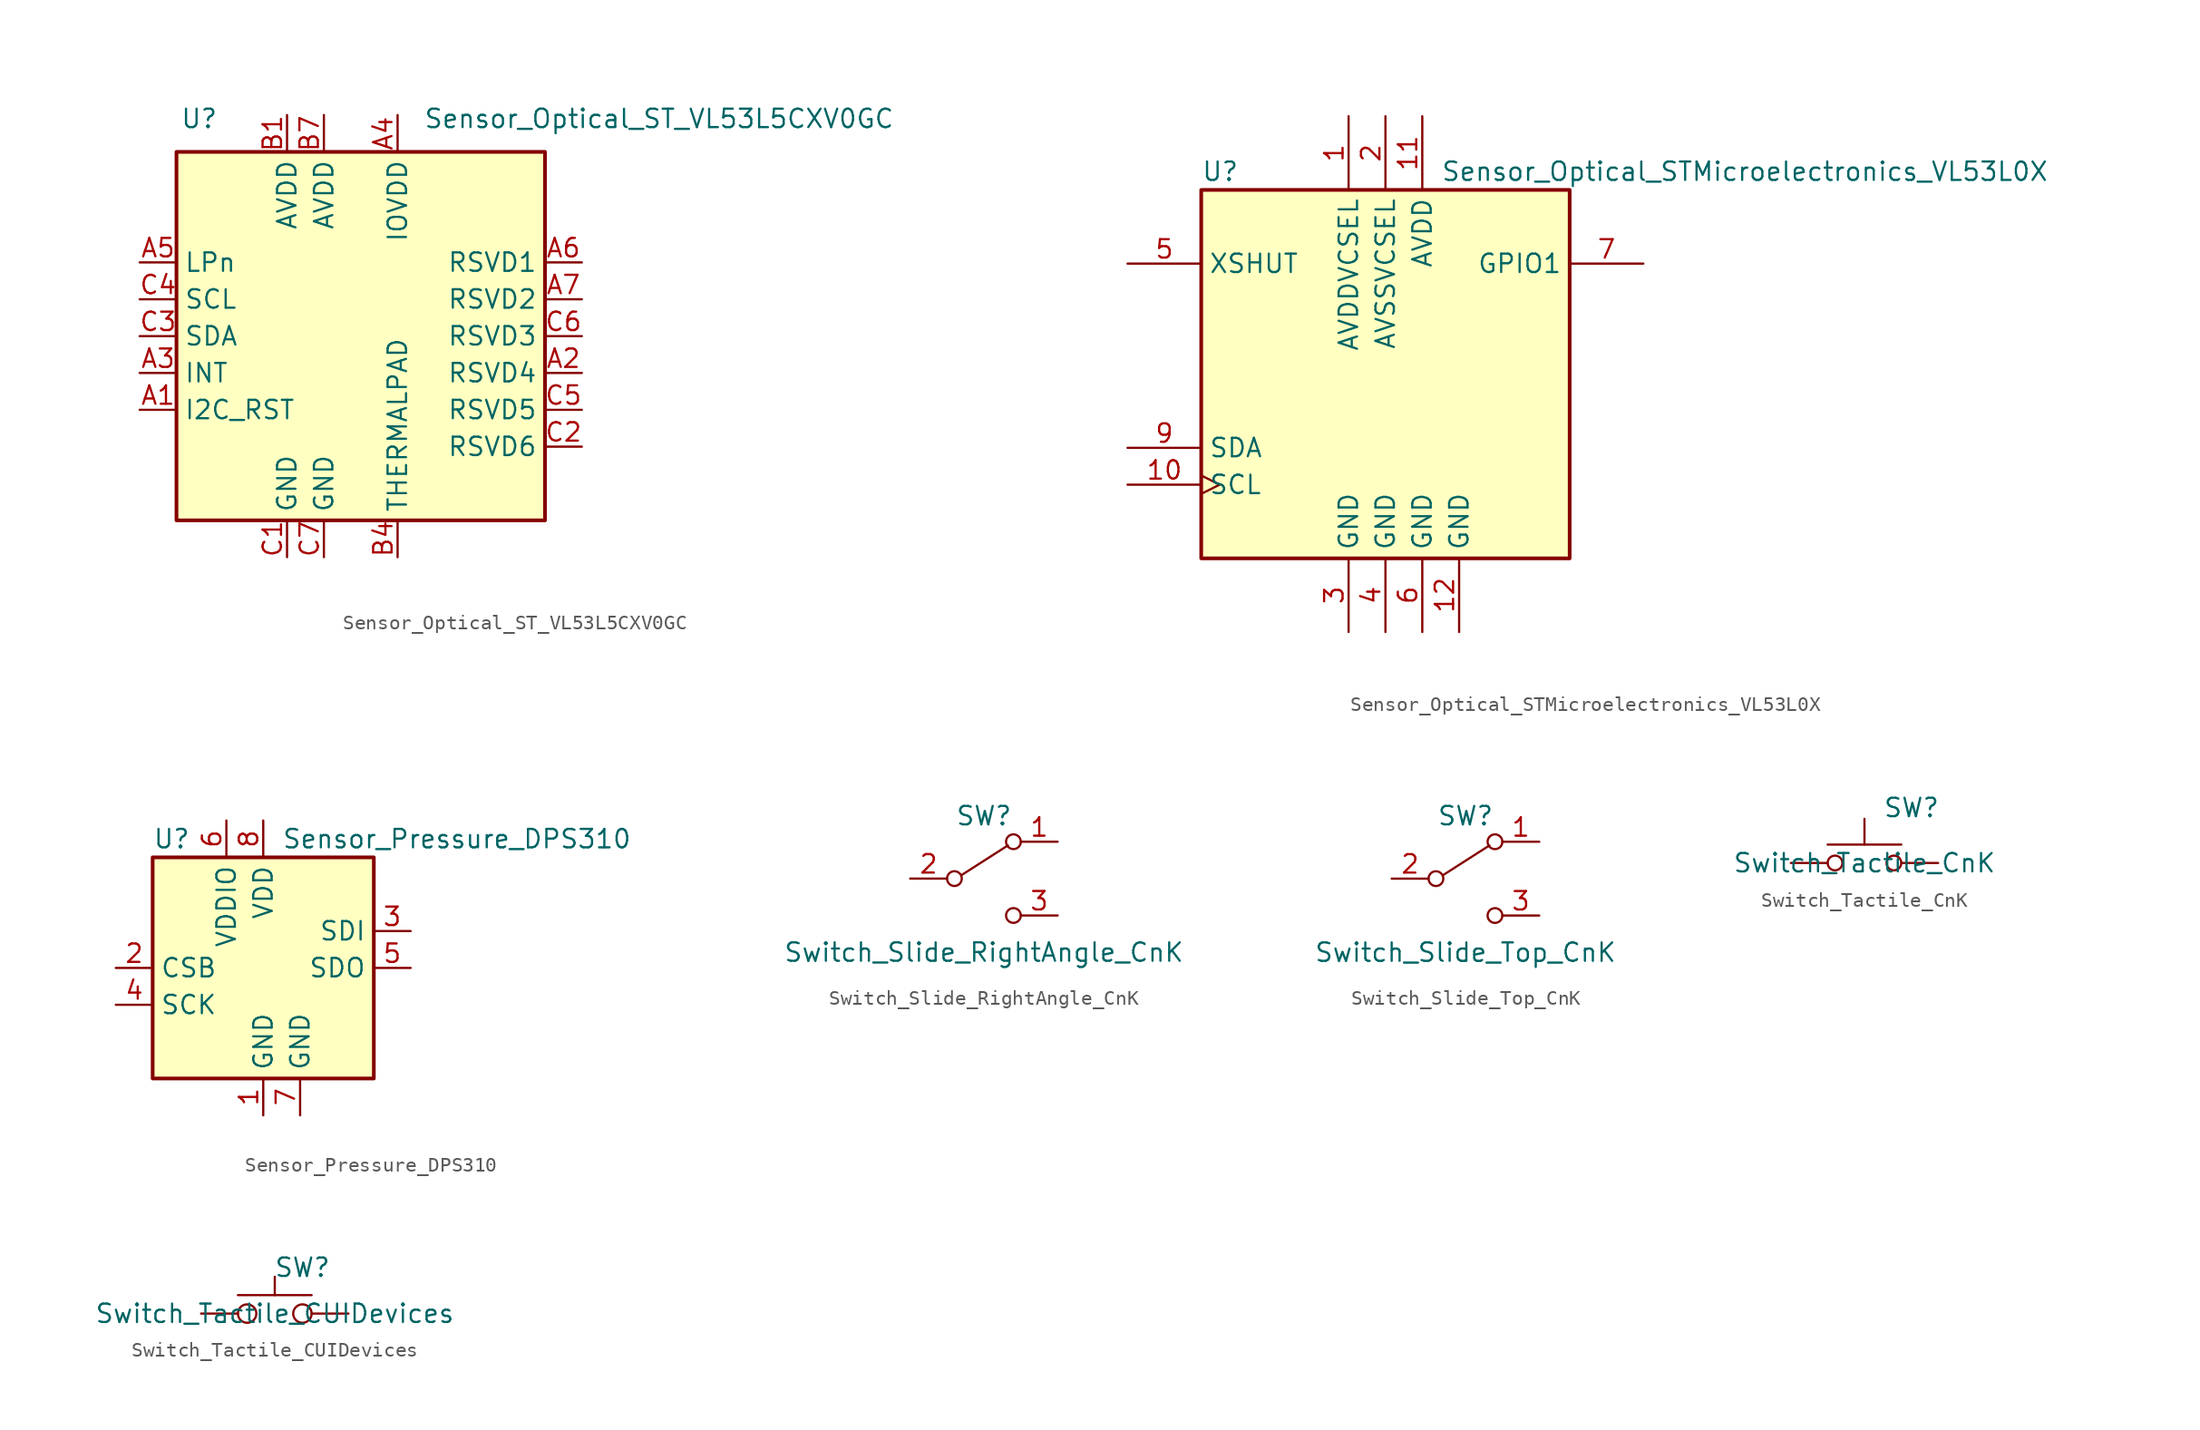
<source format=kicad_sym>
(kicad_symbol_lib
  (version 20231120)
  (generator "kicad_symbol_editor")
  (generator_version "8.0")
  (symbol "Sensor_Optical_ST_VL53L5CXV0GC"
    (property "Reference" "U"
      (at -12.446 14.986 0)
      (effects (font (size 1.27 1.27)) (justify left)))
    (property "Value" "Sensor_Optical_ST_VL53L5CXV0GC"
      (at 4.318 14.986 0)
      (effects (font (size 1.27 1.27)) (justify left)))
    (symbol "Sensor_Optical_ST_VL53L5CXV0GC_0_0"
      (rectangle (start -12.7 12.7) (end 12.7 -12.7) (stroke (width 0.254) (type default)) (fill (type background))))
    (symbol "Sensor_Optical_ST_VL53L5CXV0GC_1_1"
      (pin input line (at -15.24 -5.08 0) (length 2.54) (name "I2C_RST" (effects (font (size 1.27 1.27)))) (number "A1" (effects (font (size 1.27 1.27)))))
      (pin unspecified line (at 15.24 -2.54 180) (length 2.54) (name "RSVD4" (effects (font (size 1.27 1.27)))) (number "A2" (effects (font (size 1.27 1.27)))))
      (pin bidirectional line (at -15.24 -2.54 0) (length 2.54) (name "INT" (effects (font (size 1.27 1.27)))) (number "A3" (effects (font (size 1.27 1.27)))))
      (pin power_in line (at 2.54 15.24 270) (length 2.54) (name "IOVDD" (effects (font (size 1.27 1.27)))) (number "A4" (effects (font (size 1.27 1.27)))))
      (pin input line (at -15.24 5.08 0) (length 2.54) (name "LPn" (effects (font (size 1.27 1.27)))) (number "A5" (effects (font (size 1.27 1.27)))))
      (pin unspecified line (at 15.24 5.08 180) (length 2.54) (name "RSVD1" (effects (font (size 1.27 1.27)))) (number "A6" (effects (font (size 1.27 1.27)))))
      (pin unspecified line (at 15.24 2.54 180) (length 2.54) (name "RSVD2" (effects (font (size 1.27 1.27)))) (number "A7" (effects (font (size 1.27 1.27)))))
      (pin power_in line (at -5.08 15.24 270) (length 2.54) (name "AVDD" (effects (font (size 1.27 1.27)))) (number "B1" (effects (font (size 1.27 1.27)))))
      (pin power_in line (at 2.54 -15.24 90) (length 2.54) (name "THERMALPAD" (effects (font (size 1.27 1.27)))) (number "B4" (effects (font (size 1.27 1.27)))))
      (pin power_in line (at -2.54 15.24 270) (length 2.54) (name "AVDD" (effects (font (size 1.27 1.27)))) (number "B7" (effects (font (size 1.27 1.27)))))
      (pin power_in line (at -5.08 -15.24 90) (length 2.54) (name "GND" (effects (font (size 1.27 1.27)))) (number "C1" (effects (font (size 1.27 1.27)))))
      (pin bidirectional line (at 15.24 -7.62 180) (length 2.54) (name "RSVD6" (effects (font (size 1.27 1.27)))) (number "C2" (effects (font (size 1.27 1.27)))))
      (pin bidirectional line (at -15.24 0 0) (length 2.54) (name "SDA" (effects (font (size 1.27 1.27)))) (number "C3" (effects (font (size 1.27 1.27)))))
      (pin input line (at -15.24 2.54 0) (length 2.54) (name "SCL" (effects (font (size 1.27 1.27)))) (number "C4" (effects (font (size 1.27 1.27)))))
      (pin unspecified line (at 15.24 -5.08 180) (length 2.54) (name "RSVD5" (effects (font (size 1.27 1.27)))) (number "C5" (effects (font (size 1.27 1.27)))))
      (pin unspecified line (at 15.24 0 180) (length 2.54) (name "RSVD3" (effects (font (size 1.27 1.27)))) (number "C6" (effects (font (size 1.27 1.27)))))
      (pin power_in line (at -2.54 -15.24 90) (length 2.54) (name "GND" (effects (font (size 1.27 1.27)))) (number "C7" (effects (font (size 1.27 1.27)))))))
  (symbol "Sensor_Optical_STMicroelectronics_VL53L0X"
    (property "Reference" "U"
      (at -12.7 13.97 0)
      (effects (font (size 1.27 1.27)) (justify left)))
    (property "Value" "Sensor_Optical_STMicroelectronics_VL53L0X"
      (at 3.81 13.97 0)
      (effects (font (size 1.27 1.27)) (justify left)))
    (symbol "Sensor_Optical_STMicroelectronics_VL53L0X_0_0"
      (rectangle (start -12.7 12.7) (end 12.7 -12.7) (stroke (width 0.254) (type default)) (fill (type background)))
      (pin power_in line (at -2.54 17.78 270) (length 5.08) (name "AVDDVCSEL" (effects (font (size 1.27 1.27)))) (number "1" (effects (font (size 1.27 1.27)))))
      (pin input clock (at -17.78 -7.62 0) (length 5.08) (name "SCL" (effects (font (size 1.27 1.27)))) (number "10" (effects (font (size 1.27 1.27)))))
      (pin power_in line (at 2.54 17.78 270) (length 5.08) (name "AVDD" (effects (font (size 1.27 1.27)))) (number "11" (effects (font (size 1.27 1.27)))))
      (pin power_in line (at 5.08 -17.78 90) (length 5.08) (name "GND" (effects (font (size 1.27 1.27)))) (number "12" (effects (font (size 1.27 1.27)))))
      (pin power_in line (at 0 17.78 270) (length 5.08) (name "AVSSVCSEL" (effects (font (size 1.27 1.27)))) (number "2" (effects (font (size 1.27 1.27)))))
      (pin power_in line (at -2.54 -17.78 90) (length 5.08) (name "GND" (effects (font (size 1.27 1.27)))) (number "3" (effects (font (size 1.27 1.27)))))
      (pin power_in line (at 0 -17.78 90) (length 5.08) (name "GND" (effects (font (size 1.27 1.27)))) (number "4" (effects (font (size 1.27 1.27)))))
      (pin input line (at -17.78 7.62 0) (length 5.08) (name "XSHUT" (effects (font (size 1.27 1.27)))) (number "5" (effects (font (size 1.27 1.27)))))
      (pin power_in line (at 2.54 -17.78 90) (length 5.08) (name "GND" (effects (font (size 1.27 1.27)))) (number "6" (effects (font (size 1.27 1.27)))))
      (pin output line (at 17.78 7.62 180) (length 5.08) (name "GPIO1" (effects (font (size 1.27 1.27)))) (number "7" (effects (font (size 1.27 1.27)))))
      (pin bidirectional line (at -17.78 -5.08 0) (length 5.08) (name "SDA" (effects (font (size 1.27 1.27)))) (number "9" (effects (font (size 1.27 1.27))))))
    (symbol "Sensor_Optical_STMicroelectronics_VL53L0X_0_1"
      (pin no_connect line (at 17.78 -7.62 180) (length 5.08) hide (name "DNC" (effects (font (size 1.27 1.27)))) (number "8" (effects (font (size 1.27 1.27)))))))
  (symbol "Sensor_Pressure_DPS310"
    (property "Reference" "U"
      (at -7.62 8.89 0)
      (effects (font (size 1.27 1.27)) (justify left)))
    (property "Value" "Sensor_Pressure_DPS310"
      (at 1.27 8.89 0)
      (effects (font (size 1.27 1.27)) (justify left)))
    (symbol "Sensor_Pressure_DPS310_0_1"
      (rectangle (start -7.62 7.62) (end 7.62 -7.62) (stroke (width 0.254) (type default)) (fill (type background))))
    (symbol "Sensor_Pressure_DPS310_1_1"
      (pin power_in line (at 0 -10.16 90) (length 2.54) (name "GND" (effects (font (size 1.27 1.27)))) (number "1" (effects (font (size 1.27 1.27)))))
      (pin input line (at -10.16 0 0) (length 2.54) (name "CSB" (effects (font (size 1.27 1.27)))) (number "2" (effects (font (size 1.27 1.27)))))
      (pin input line (at 10.16 2.54 180) (length 2.54) (name "SDI" (effects (font (size 1.27 1.27)))) (number "3" (effects (font (size 1.27 1.27)))))
      (pin input line (at -10.16 -2.54 0) (length 2.54) (name "SCK" (effects (font (size 1.27 1.27)))) (number "4" (effects (font (size 1.27 1.27)))))
      (pin output line (at 10.16 0 180) (length 2.54) (name "SDO" (effects (font (size 1.27 1.27)))) (number "5" (effects (font (size 1.27 1.27)))))
      (pin power_in line (at -2.54 10.16 270) (length 2.54) (name "VDDIO" (effects (font (size 1.27 1.27)))) (number "6" (effects (font (size 1.27 1.27)))))
      (pin power_in line (at 2.54 -10.16 90) (length 2.54) (name "GND" (effects (font (size 1.27 1.27)))) (number "7" (effects (font (size 1.27 1.27)))))
      (pin power_in line (at 0 10.16 270) (length 2.54) (name "VDD" (effects (font (size 1.27 1.27)))) (number "8" (effects (font (size 1.27 1.27)))))))
  (symbol "Switch_Slide_RightAngle_CnK"
    (pin_names
      (offset 0) hide)
    (property "Reference" "SW"
      (at 0 4.318 0)
      (effects (font (size 1.27 1.27))))
    (property "Value" "Switch_Slide_RightAngle_CnK"
      (at 0 -5.08 0)
      (effects (font (size 1.27 1.27))))
    (symbol "Switch_Slide_RightAngle_CnK_0_0"
      (circle (center -2.032 0) (radius 0.508) (stroke (width 0) (type default)) (fill (type none)))
      (circle (center 2.032 -2.54) (radius 0.508) (stroke (width 0) (type default)) (fill (type none))))
    (symbol "Switch_Slide_RightAngle_CnK_0_1"
      (polyline (pts (xy -1.524 0.254) (xy 1.651 2.286)) (stroke (width 0) (type default)) (fill (type none)))
      (circle (center 2.032 2.54) (radius 0.508) (stroke (width 0) (type default)) (fill (type none))))
    (symbol "Switch_Slide_RightAngle_CnK_1_1"
      (pin passive line (at 5.08 2.54 180) (length 2.54) (name "A" (effects (font (size 1.27 1.27)))) (number "1" (effects (font (size 1.27 1.27)))))
      (pin passive line (at -5.08 0 0) (length 2.54) (name "B" (effects (font (size 1.27 1.27)))) (number "2" (effects (font (size 1.27 1.27)))))
      (pin passive line (at 5.08 -2.54 180) (length 2.54) (name "C" (effects (font (size 1.27 1.27)))) (number "3" (effects (font (size 1.27 1.27)))))))
  (symbol "Switch_Slide_Top_CnK"
    (pin_names
      (offset 0) hide)
    (property "Reference" "SW"
      (at 0 4.318 0)
      (effects (font (size 1.27 1.27))))
    (property "Value" "Switch_Slide_Top_CnK"
      (at 0 -5.08 0)
      (effects (font (size 1.27 1.27))))
    (symbol "Switch_Slide_Top_CnK_0_0"
      (circle (center -2.032 0) (radius 0.508) (stroke (width 0) (type default)) (fill (type none)))
      (circle (center 2.032 -2.54) (radius 0.508) (stroke (width 0) (type default)) (fill (type none))))
    (symbol "Switch_Slide_Top_CnK_0_1"
      (polyline (pts (xy -1.524 0.254) (xy 1.651 2.286)) (stroke (width 0) (type default)) (fill (type none)))
      (circle (center 2.032 2.54) (radius 0.508) (stroke (width 0) (type default)) (fill (type none))))
    (symbol "Switch_Slide_Top_CnK_1_1"
      (pin passive line (at 5.08 2.54 180) (length 2.54) (name "A" (effects (font (size 1.27 1.27)))) (number "1" (effects (font (size 1.27 1.27)))))
      (pin passive line (at -5.08 0 0) (length 2.54) (name "B" (effects (font (size 1.27 1.27)))) (number "2" (effects (font (size 1.27 1.27)))))
      (pin passive line (at 5.08 -2.54 180) (length 2.54) (name "C" (effects (font (size 1.27 1.27)))) (number "3" (effects (font (size 1.27 1.27)))))))
  (symbol "Switch_Tactile_CnK"
    (pin_numbers hide)
    (pin_names
      (offset 1.016) hide)
    (property "Reference" "SW"
      (at 1.27 3.81 0)
      (effects (font (size 1.27 1.27)) (justify left)))
    (property "Value" "Switch_Tactile_CnK"
      (at 0 0 0)
      (effects (font (size 1.27 1.27))))
    (symbol "Switch_Tactile_CnK_0_1"
      (circle (center -2.032 0) (radius 0.508) (stroke (width 0) (type default)) (fill (type none)))
      (polyline (pts (xy 0 1.27) (xy 0 3.048)) (stroke (width 0) (type default)) (fill (type none)))
      (polyline (pts (xy 2.54 1.27) (xy -2.54 1.27)) (stroke (width 0) (type default)) (fill (type none)))
      (circle (center 2.032 0) (radius 0.508) (stroke (width 0) (type default)) (fill (type none)))
      (pin passive line (at -5.08 0 0) (length 2.54) (name "1" (effects (font (size 1.27 1.27)))) (number "1" (effects (font (size 1.27 1.27)))))
      (pin passive line (at 5.08 0 180) (length 2.54) (name "2" (effects (font (size 1.27 1.27)))) (number "2" (effects (font (size 1.27 1.27)))))))
  (symbol "Switch_Tactile_CUIDevices"
    (pin_numbers hide)
    (pin_names hide)
    (property "Reference" "SW"
      (at 1.905 3.175 0)
      (effects (font (size 1.27 1.27))))
    (property "Value" "Switch_Tactile_CUIDevices"
      (at 0 0 0)
      (effects (font (size 1.27 1.27))))
    (symbol "Switch_Tactile_CUIDevices_0_1"
      (circle (center -1.905 0) (radius 0.635) (stroke (width 0) (type default)) (fill (type none)))
      (polyline (pts (xy -2.54 1.27) (xy 2.54 1.27)) (stroke (width 0) (type default)) (fill (type none)))
      (polyline (pts (xy 0 1.27) (xy 0 2.54)) (stroke (width 0) (type default)) (fill (type none)))
      (circle (center 1.905 0) (radius 0.635) (stroke (width 0) (type default)) (fill (type none))))
    (symbol "Switch_Tactile_CUIDevices_1_1"
      (pin input line (at -5.08 0 0) (length 2.54) (name "" (effects (font (size 1.27 1.27)))) (number "1" (effects (font (size 1.27 1.27)))))
      (pin input line (at -5.08 0 0) (length 2.54) hide (name "" (effects (font (size 1.27 1.27)))) (number "2" (effects (font (size 1.27 1.27)))))
      (pin input line (at 5.08 0 180) (length 2.54) (name "" (effects (font (size 1.27 1.27)))) (number "3" (effects (font (size 1.27 1.27)))))
      (pin input line (at 5.08 0 180) (length 2.54) hide (name "" (effects (font (size 1.27 1.27)))) (number "4" (effects (font (size 1.27 1.27))))))))
</source>
